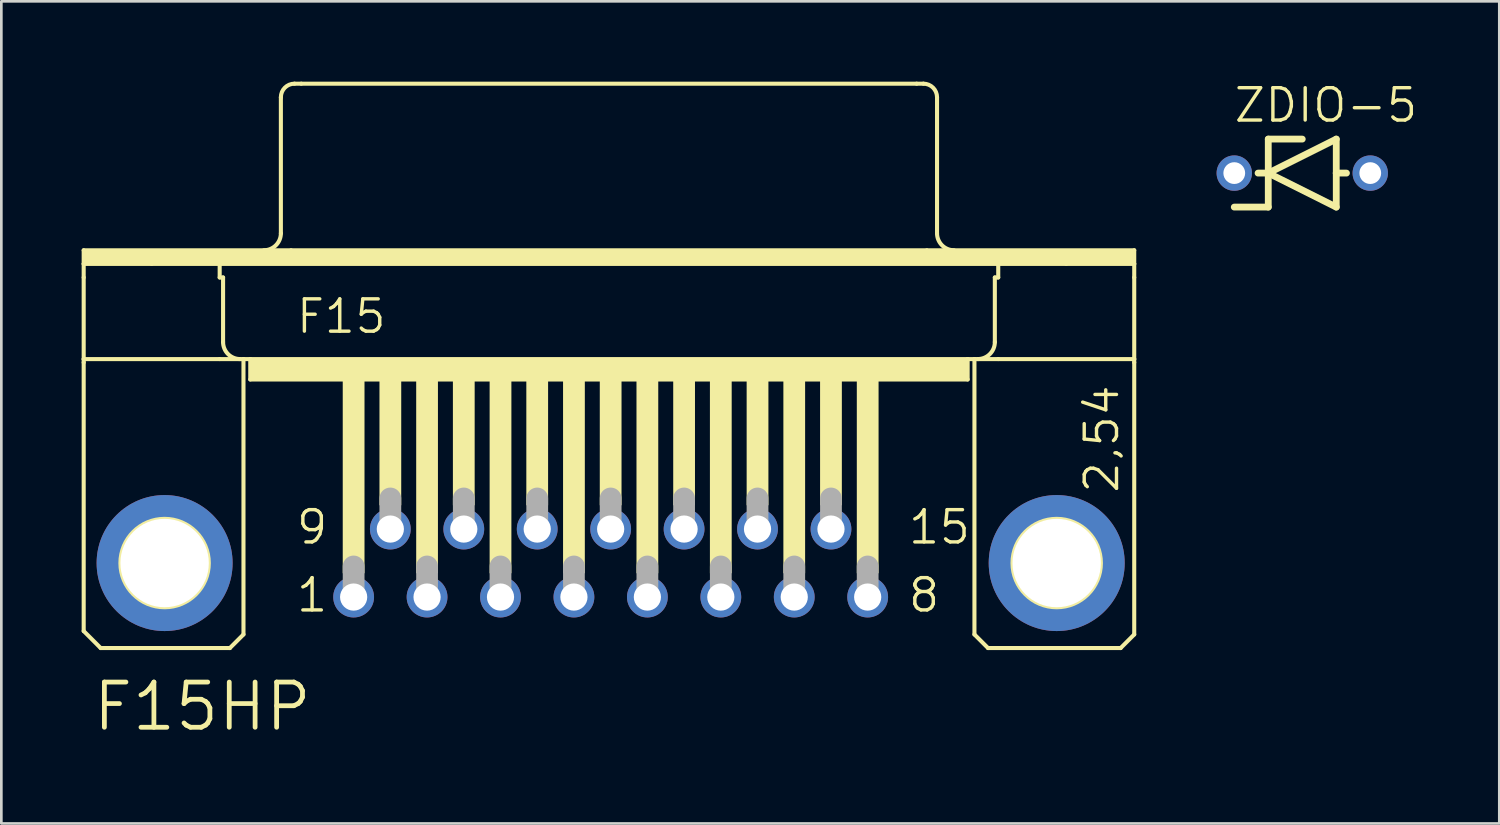
<source format=kicad_pcb>
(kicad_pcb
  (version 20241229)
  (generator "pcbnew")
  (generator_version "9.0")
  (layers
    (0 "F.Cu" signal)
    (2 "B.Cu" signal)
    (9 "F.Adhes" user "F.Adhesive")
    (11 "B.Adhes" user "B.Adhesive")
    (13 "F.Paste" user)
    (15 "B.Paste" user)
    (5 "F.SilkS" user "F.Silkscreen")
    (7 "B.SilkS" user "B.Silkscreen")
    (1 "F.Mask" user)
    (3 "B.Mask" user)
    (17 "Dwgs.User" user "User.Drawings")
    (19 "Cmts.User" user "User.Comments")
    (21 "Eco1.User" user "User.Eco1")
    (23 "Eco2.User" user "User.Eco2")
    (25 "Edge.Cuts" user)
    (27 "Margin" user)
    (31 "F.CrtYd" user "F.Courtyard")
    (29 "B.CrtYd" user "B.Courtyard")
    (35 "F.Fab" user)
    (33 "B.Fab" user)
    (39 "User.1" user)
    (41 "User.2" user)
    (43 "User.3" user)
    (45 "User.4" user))
  (footprint "F15HP"
    (layer "F.Cu")
    (at 19.761 17.983)
    (property "Reference" "F15HP" (at -19.431 6.35 0) (layer "F.SilkS") (effects (font (size 1.689 1.689) (thickness 0.178)) (justify left bottom)))
    (attr through_hole)
    (fp_line (start -19.685 -11.684) (end -11.938 -11.684) (stroke (width 0.152) (type solid)) (layer "F.SilkS"))
    (fp_line (start -19.685 -11.176) (end -19.685 -11.684) (stroke (width 0.152) (type solid)) (layer "F.SilkS"))
    (fp_line (start -19.685 -11.176) (end -17.145 -11.176) (stroke (width 0.152) (type solid)) (layer "F.SilkS"))
    (fp_line (start -19.685 -10.668) (end -19.685 -11.176) (stroke (width 0.152) (type solid)) (layer "F.SilkS"))
    (fp_line (start -19.685 -7.62) (end -19.685 -10.668) (stroke (width 0.152) (type solid)) (layer "F.SilkS"))
    (fp_line (start -19.685 -7.62) (end -19.685 -7.493) (stroke (width 0.152) (type solid)) (layer "F.SilkS"))
    (fp_line (start -19.685 -7.62) (end -14.605 -7.62) (stroke (width 0.152) (type solid)) (layer "F.SilkS"))
    (fp_line (start -19.685 2.54) (end -19.685 -7.493) (stroke (width 0.152) (type solid)) (layer "F.SilkS"))
    (fp_line (start -19.05 3.175) (end -19.685 2.54) (stroke (width 0.152) (type solid)) (layer "F.SilkS"))
    (fp_line (start -17.145 -11.176) (end -14.605 -11.176) (stroke (width 0.152) (type solid)) (layer "F.SilkS"))
    (fp_line (start -14.605 -11.176) (end 14.478 -11.176) (stroke (width 0.152) (type solid)) (layer "F.SilkS"))
    (fp_line (start -14.605 -10.668) (end -14.605 -11.176) (stroke (width 0.152) (type solid)) (layer "F.SilkS"))
    (fp_line (start -14.605 -10.668) (end -14.478 -10.668) (stroke (width 0.152) (type solid)) (layer "F.SilkS"))
    (fp_line (start -14.605 -7.62) (end -13.716 -7.62) (stroke (width 0.152) (type solid)) (layer "F.SilkS"))
    (fp_line (start -14.478 -8.255) (end -14.478 -10.668) (stroke (width 0.152) (type solid)) (layer "F.SilkS"))
    (fp_line (start -14.224 3.175) (end -19.05 3.175) (stroke (width 0.152) (type solid)) (layer "F.SilkS"))
    (fp_line (start -14.224 3.175) (end -13.716 2.667) (stroke (width 0.152) (type solid)) (layer "F.SilkS"))
    (fp_line (start -13.716 -7.62) (end -13.462 -7.62) (stroke (width 0.152) (type solid)) (layer "F.SilkS"))
    (fp_line (start -13.716 2.667) (end -13.716 -7.62) (stroke (width 0.152) (type solid)) (layer "F.SilkS"))
    (fp_line (start -13.462 -7.62) (end -13.462 -6.858) (stroke (width 0.152) (type solid)) (layer "F.SilkS"))
    (fp_line (start -13.462 -7.62) (end 13.335 -7.62) (stroke (width 0.152) (type solid)) (layer "F.SilkS"))
    (fp_line (start -13.462 -6.858) (end 13.335 -6.858) (stroke (width 0.152) (type solid)) (layer "F.SilkS"))
    (fp_line (start -12.319 -12.319) (end -12.319 -17.399) (stroke (width 0.152) (type solid)) (layer "F.SilkS"))
    (fp_line (start -11.938 -11.684) (end 11.811 -11.684) (stroke (width 0.152) (type solid)) (layer "F.SilkS"))
    (fp_line (start -11.811 -17.907) (end -11.557 -17.907) (stroke (width 0.152) (type solid)) (layer "F.SilkS"))
    (fp_line (start -11.557 -17.907) (end 11.43 -17.907) (stroke (width 0.152) (type solid)) (layer "F.SilkS"))
    (fp_line (start 11.43 -17.907) (end 11.684 -17.907) (stroke (width 0.152) (type solid)) (layer "F.SilkS"))
    (fp_line (start 11.811 -11.684) (end 19.558 -11.684) (stroke (width 0.152) (type solid)) (layer "F.SilkS"))
    (fp_line (start 12.192 -12.319) (end 12.192 -17.399) (stroke (width 0.152) (type solid)) (layer "F.SilkS"))
    (fp_line (start 13.335 -7.62) (end 13.335 -6.858) (stroke (width 0.152) (type solid)) (layer "F.SilkS"))
    (fp_line (start 13.335 -7.62) (end 13.589 -7.62) (stroke (width 0.152) (type solid)) (layer "F.SilkS"))
    (fp_line (start 13.589 -7.62) (end 14.478 -7.62) (stroke (width 0.152) (type solid)) (layer "F.SilkS"))
    (fp_line (start 13.589 2.667) (end 13.589 -7.62) (stroke (width 0.152) (type solid)) (layer "F.SilkS"))
    (fp_line (start 13.589 2.667) (end 14.097 3.175) (stroke (width 0.152) (type solid)) (layer "F.SilkS"))
    (fp_line (start 14.097 3.175) (end 19.05 3.175) (stroke (width 0.152) (type solid)) (layer "F.SilkS"))
    (fp_line (start 14.351 -10.668) (end 14.478 -10.668) (stroke (width 0.152) (type solid)) (layer "F.SilkS"))
    (fp_line (start 14.351 -8.255) (end 14.351 -10.668) (stroke (width 0.152) (type solid)) (layer "F.SilkS"))
    (fp_line (start 14.478 -11.176) (end 17.018 -11.176) (stroke (width 0.152) (type solid)) (layer "F.SilkS"))
    (fp_line (start 14.478 -10.668) (end 14.478 -11.176) (stroke (width 0.152) (type solid)) (layer "F.SilkS"))
    (fp_line (start 14.478 -7.62) (end 19.558 -7.62) (stroke (width 0.152) (type solid)) (layer "F.SilkS"))
    (fp_line (start 17.018 -11.176) (end 19.558 -11.176) (stroke (width 0.152) (type solid)) (layer "F.SilkS"))
    (fp_line (start 19.05 3.175) (end 19.558 2.667) (stroke (width 0.152) (type solid)) (layer "F.SilkS"))
    (fp_line (start 19.558 -11.684) (end 19.558 -11.176) (stroke (width 0.152) (type solid)) (layer "F.SilkS"))
    (fp_line (start 19.558 -11.176) (end 19.558 -10.668) (stroke (width 0.152) (type solid)) (layer "F.SilkS"))
    (fp_line (start 19.558 -10.668) (end 19.558 -7.62) (stroke (width 0.152) (type solid)) (layer "F.SilkS"))
    (fp_line (start 19.558 -7.62) (end 19.558 -7.493) (stroke (width 0.152) (type solid)) (layer "F.SilkS"))
    (fp_line (start 19.558 2.667) (end 19.558 -7.493) (stroke (width 0.152) (type solid)) (layer "F.SilkS"))
    (fp_arc (start -13.843 -7.62) (mid -14.292013 -7.805987) (end -14.478 -8.255) (stroke (width 0.1524) (type solid)) (layer "F.SilkS"))
    (fp_arc (start -12.319 -17.399) (mid -12.17021 -17.75821) (end -11.811 -17.907) (stroke (width 0.1524) (type solid)) (layer "F.SilkS"))
    (fp_arc (start -12.319 -12.319) (mid -12.504987 -11.869987) (end -12.954 -11.684) (stroke (width 0.1524) (type solid)) (layer "F.SilkS"))
    (fp_arc (start 11.684 -17.907) (mid 12.04321 -17.75821) (end 12.192 -17.399) (stroke (width 0.1524) (type solid)) (layer "F.SilkS"))
    (fp_arc (start 12.827 -11.684) (mid 12.377987 -11.869987) (end 12.192 -12.319) (stroke (width 0.1524) (type solid)) (layer "F.SilkS"))
    (fp_arc (start 14.351 -8.255) (mid 14.165013 -7.805987) (end 13.716 -7.62) (stroke (width 0.1524) (type solid)) (layer "F.SilkS"))
    (fp_circle (center -16.662 0) (end -15.011 0) (stroke (width 0.152) (type solid)) (fill no) (layer "F.SilkS"))
    (fp_circle (center 16.662 0) (end 18.313 0) (stroke (width 0.152) (type solid)) (fill no) (layer "F.SilkS"))
    (fp_poly (pts (xy -19.685 -11.176) (xy 19.558 -11.176) (xy 19.558 -11.684) (xy -19.685 -11.684)) (stroke (width 0) (type solid)) (fill yes) (layer "F.SilkS"))
    (fp_poly (pts (xy -13.462 -6.858) (xy 13.335 -6.858) (xy 13.335 -7.62) (xy -13.462 -7.62)) (stroke (width 0) (type solid)) (fill yes) (layer "F.SilkS"))
    (fp_poly (pts (xy -10.008 0.381) (xy -9.195 0.381) (xy -9.195 -6.858) (xy -10.008 -6.858)) (stroke (width 0) (type solid)) (fill yes) (layer "F.SilkS"))
    (fp_poly (pts (xy -8.636 -2.159) (xy -7.823 -2.159) (xy -7.823 -6.858) (xy -8.636 -6.858)) (stroke (width 0) (type solid)) (fill yes) (layer "F.SilkS"))
    (fp_poly (pts (xy -7.264 0.381) (xy -6.452 0.381) (xy -6.452 -6.858) (xy -7.264 -6.858)) (stroke (width 0) (type solid)) (fill yes) (layer "F.SilkS"))
    (fp_poly (pts (xy -5.893 -2.159) (xy -5.08 -2.159) (xy -5.08 -6.858) (xy -5.893 -6.858)) (stroke (width 0) (type solid)) (fill yes) (layer "F.SilkS"))
    (fp_poly (pts (xy -4.521 0.381) (xy -3.708 0.381) (xy -3.708 -6.858) (xy -4.521 -6.858)) (stroke (width 0) (type solid)) (fill yes) (layer "F.SilkS"))
    (fp_poly (pts (xy -3.15 -2.159) (xy -2.337 -2.159) (xy -2.337 -6.858) (xy -3.15 -6.858)) (stroke (width 0) (type solid)) (fill yes) (layer "F.SilkS"))
    (fp_poly (pts (xy -1.778 0.381) (xy -0.965 0.381) (xy -0.965 -6.858) (xy -1.778 -6.858)) (stroke (width 0) (type solid)) (fill yes) (layer "F.SilkS"))
    (fp_poly (pts (xy -0.406 -2.159) (xy 0.406 -2.159) (xy 0.406 -6.858) (xy -0.406 -6.858)) (stroke (width 0) (type solid)) (fill yes) (layer "F.SilkS"))
    (fp_poly (pts (xy 0.965 0.381) (xy 1.778 0.381) (xy 1.778 -6.858) (xy 0.965 -6.858)) (stroke (width 0) (type solid)) (fill yes) (layer "F.SilkS"))
    (fp_poly (pts (xy 2.337 -2.159) (xy 3.15 -2.159) (xy 3.15 -6.858) (xy 2.337 -6.858)) (stroke (width 0) (type solid)) (fill yes) (layer "F.SilkS"))
    (fp_poly (pts (xy 3.708 0.381) (xy 4.521 0.381) (xy 4.521 -6.858) (xy 3.708 -6.858)) (stroke (width 0) (type solid)) (fill yes) (layer "F.SilkS"))
    (fp_poly (pts (xy 5.08 -2.159) (xy 5.893 -2.159) (xy 5.893 -6.858) (xy 5.08 -6.858)) (stroke (width 0) (type solid)) (fill yes) (layer "F.SilkS"))
    (fp_poly (pts (xy 6.452 0.381) (xy 7.264 0.381) (xy 7.264 -6.858) (xy 6.452 -6.858)) (stroke (width 0) (type solid)) (fill yes) (layer "F.SilkS"))
    (fp_poly (pts (xy 7.823 -2.159) (xy 8.636 -2.159) (xy 8.636 -6.858) (xy 7.823 -6.858)) (stroke (width 0) (type solid)) (fill yes) (layer "F.SilkS"))
    (fp_poly (pts (xy 9.195 0.381) (xy 10.008 0.381) (xy 10.008 -6.858) (xy 9.195 -6.858)) (stroke (width 0) (type solid)) (fill yes) (layer "F.SilkS"))
    (fp_line (start -9.601 1.143) (end -9.601 0.127) (stroke (width 0.813) (type solid)) (layer "F.Fab"))
    (fp_line (start -8.23 -1.397) (end -8.23 -2.413) (stroke (width 0.813) (type solid)) (layer "F.Fab"))
    (fp_line (start -6.858 1.143) (end -6.858 0.127) (stroke (width 0.813) (type solid)) (layer "F.Fab"))
    (fp_line (start -5.486 -1.397) (end -5.486 -2.413) (stroke (width 0.813) (type solid)) (layer "F.Fab"))
    (fp_line (start -4.115 1.143) (end -4.115 0.127) (stroke (width 0.813) (type solid)) (layer "F.Fab"))
    (fp_line (start -2.743 -1.397) (end -2.743 -2.413) (stroke (width 0.813) (type solid)) (layer "F.Fab"))
    (fp_line (start -1.372 1.143) (end -1.372 0.127) (stroke (width 0.813) (type solid)) (layer "F.Fab"))
    (fp_line (start 0 -1.397) (end 0 -2.413) (stroke (width 0.813) (type solid)) (layer "F.Fab"))
    (fp_line (start 1.372 1.143) (end 1.372 0.127) (stroke (width 0.813) (type solid)) (layer "F.Fab"))
    (fp_line (start 2.743 -1.397) (end 2.743 -2.413) (stroke (width 0.813) (type solid)) (layer "F.Fab"))
    (fp_line (start 4.115 1.143) (end 4.115 0.127) (stroke (width 0.813) (type solid)) (layer "F.Fab"))
    (fp_line (start 5.486 -1.397) (end 5.486 -2.413) (stroke (width 0.813) (type solid)) (layer "F.Fab"))
    (fp_line (start 6.858 1.143) (end 6.858 0.127) (stroke (width 0.813) (type solid)) (layer "F.Fab"))
    (fp_line (start 8.23 -1.397) (end 8.23 -2.413) (stroke (width 0.813) (type solid)) (layer "F.Fab"))
    (fp_line (start 9.601 1.143) (end 9.601 0.127) (stroke (width 0.813) (type solid)) (layer "F.Fab"))
    (fp_text user "F15" (at -11.811 -8.509 0) (layer "F.SilkS") (effects (font (size 1.206 1.206) (thickness 0.127)) (justify left bottom)))
    (fp_text user "9" (at -11.811 -0.635 0) (layer "F.SilkS") (effects (font (size 1.206 1.206) (thickness 0.127)) (justify left bottom)))
    (fp_text user "8" (at 11.049 1.905 0) (layer "F.SilkS") (effects (font (size 1.206 1.206) (thickness 0.127)) (justify left bottom)))
    (fp_text user "1" (at -11.811 1.905 0) (layer "F.SilkS") (effects (font (size 1.206 1.206) (thickness 0.127)) (justify left bottom)))
    (fp_text user "2,54" (at 19.05 -2.54 90) (layer "F.SilkS") (effects (font (size 1.206 1.206) (thickness 0.127)) (justify left bottom)))
    (fp_text user "15" (at 11.049 -0.635 0) (layer "F.SilkS") (effects (font (size 1.206 1.206) (thickness 0.127)) (justify left bottom)))
    (pad "1" thru_hole circle (at -9.601 1.27) (size 1.524 1.524) (drill 1.016) (layers "*.Cu" "*.Mask"))
    (pad "2" thru_hole circle (at -6.858 1.27) (size 1.524 1.524) (drill 1.016) (layers "*.Cu" "*.Mask"))
    (pad "3" thru_hole circle (at -4.115 1.27) (size 1.524 1.524) (drill 1.016) (layers "*.Cu" "*.Mask"))
    (pad "4" thru_hole circle (at -1.372 1.27) (size 1.524 1.524) (drill 1.016) (layers "*.Cu" "*.Mask"))
    (pad "5" thru_hole circle (at 1.372 1.27) (size 1.524 1.524) (drill 1.016) (layers "*.Cu" "*.Mask"))
    (pad "6" thru_hole circle (at 4.115 1.27) (size 1.524 1.524) (drill 1.016) (layers "*.Cu" "*.Mask"))
    (pad "7" thru_hole circle (at 6.858 1.27) (size 1.524 1.524) (drill 1.016) (layers "*.Cu" "*.Mask"))
    (pad "8" thru_hole circle (at 9.601 1.27) (size 1.524 1.524) (drill 1.016) (layers "*.Cu" "*.Mask"))
    (pad "9" thru_hole circle (at -8.23 -1.27) (size 1.524 1.524) (drill 1.016) (layers "*.Cu" "*.Mask"))
    (pad "10" thru_hole circle (at -5.486 -1.27) (size 1.524 1.524) (drill 1.016) (layers "*.Cu" "*.Mask"))
    (pad "11" thru_hole circle (at -2.743 -1.27) (size 1.524 1.524) (drill 1.016) (layers "*.Cu" "*.Mask"))
    (pad "12" thru_hole circle (at 0 -1.27) (size 1.524 1.524) (drill 1.016) (layers "*.Cu" "*.Mask"))
    (pad "13" thru_hole circle (at 2.743 -1.27) (size 1.524 1.524) (drill 1.016) (layers "*.Cu" "*.Mask"))
    (pad "14" thru_hole circle (at 5.486 -1.27) (size 1.524 1.524) (drill 1.016) (layers "*.Cu" "*.Mask"))
    (pad "15" thru_hole circle (at 8.23 -1.27) (size 1.524 1.524) (drill 1.016) (layers "*.Cu" "*.Mask"))
    (pad "G1" thru_hole circle (at -16.662 0) (size 5.08 5.08) (drill 3.302) (layers "*.Cu" "*.Mask"))
    (pad "G2" thru_hole circle (at 16.662 0) (size 5.08 5.08) (drill 3.302) (layers "*.Cu" "*.Mask")))
  (footprint "ZDIO-5"
    (layer "F.Cu")
    (at 45.596 3.416)
    (property "Reference" "ZDIO-5" (at -2.616 -1.829 0) (layer "F.SilkS") (effects (font (size 1.206 1.206) (thickness 0.127)) (justify left bottom)))
    (attr through_hole)
    (fp_line (start -1.651 0) (end -1.27 0) (stroke (width 0.254) (type solid)) (layer "F.SilkS"))
    (fp_line (start -1.27 -1.27) (end -1.27 0) (stroke (width 0.254) (type solid)) (layer "F.SilkS"))
    (fp_line (start -1.27 0) (end -1.27 1.27) (stroke (width 0.254) (type solid)) (layer "F.SilkS"))
    (fp_line (start -1.27 0) (end 1.27 -1.27) (stroke (width 0.254) (type solid)) (layer "F.SilkS"))
    (fp_line (start -1.27 1.27) (end -2.54 1.27) (stroke (width 0.254) (type solid)) (layer "F.SilkS"))
    (fp_line (start 0 -1.27) (end -1.27 -1.27) (stroke (width 0.254) (type solid)) (layer "F.SilkS"))
    (fp_line (start 1.27 -1.27) (end 1.27 0) (stroke (width 0.254) (type solid)) (layer "F.SilkS"))
    (fp_line (start 1.27 0) (end 1.27 1.27) (stroke (width 0.254) (type solid)) (layer "F.SilkS"))
    (fp_line (start 1.27 0) (end 1.651 0) (stroke (width 0.254) (type solid)) (layer "F.SilkS"))
    (fp_line (start 1.27 1.27) (end -1.27 0) (stroke (width 0.254) (type solid)) (layer "F.SilkS"))
    (pad "A" thru_hole circle (at 2.54 0) (size 1.321 1.321) (drill 0.813) (layers "*.Cu" "*.Mask"))
    (pad "C" thru_hole circle (at -2.54 0) (size 1.321 1.321) (drill 0.813) (layers "*.Cu" "*.Mask")))
  (gr_rect
    (start -3 -3)
    (end 52.956 27.711)
    (stroke (width 0.1) (type default))
    (fill no)
    (layer "Edge.Cuts")))
</source>
